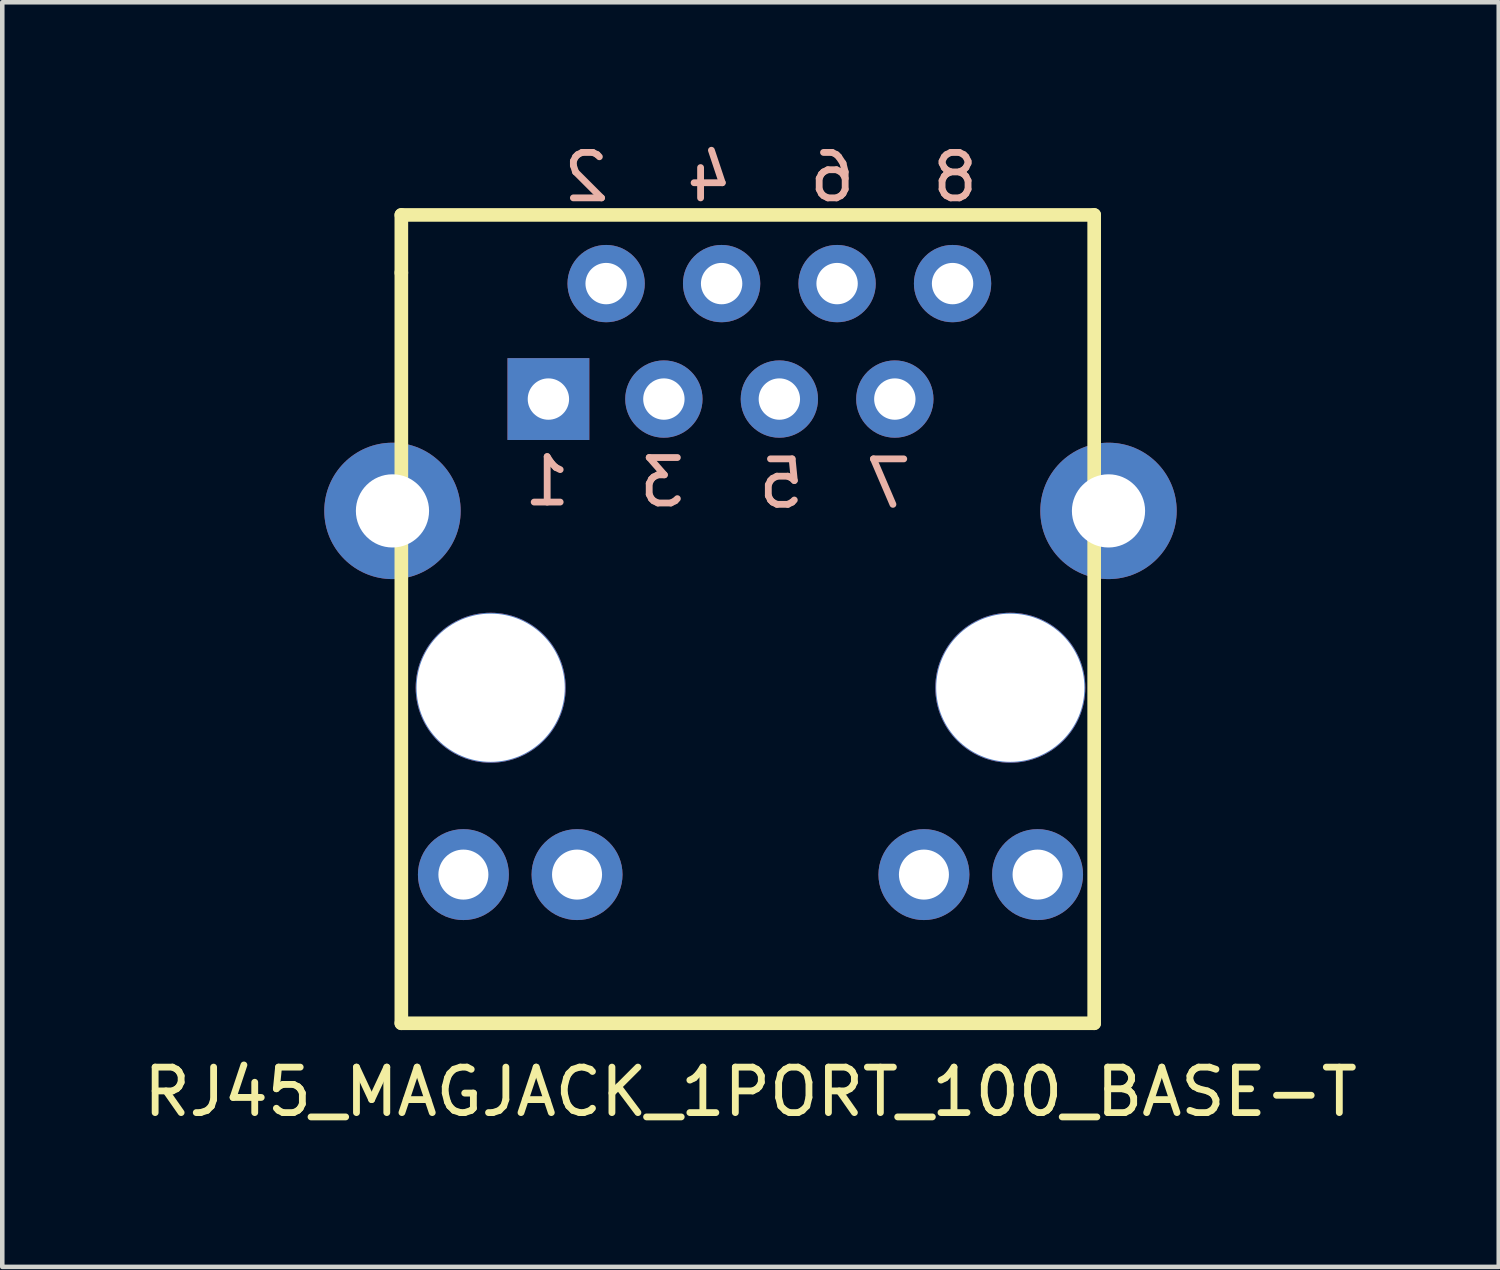
<source format=kicad_pcb>
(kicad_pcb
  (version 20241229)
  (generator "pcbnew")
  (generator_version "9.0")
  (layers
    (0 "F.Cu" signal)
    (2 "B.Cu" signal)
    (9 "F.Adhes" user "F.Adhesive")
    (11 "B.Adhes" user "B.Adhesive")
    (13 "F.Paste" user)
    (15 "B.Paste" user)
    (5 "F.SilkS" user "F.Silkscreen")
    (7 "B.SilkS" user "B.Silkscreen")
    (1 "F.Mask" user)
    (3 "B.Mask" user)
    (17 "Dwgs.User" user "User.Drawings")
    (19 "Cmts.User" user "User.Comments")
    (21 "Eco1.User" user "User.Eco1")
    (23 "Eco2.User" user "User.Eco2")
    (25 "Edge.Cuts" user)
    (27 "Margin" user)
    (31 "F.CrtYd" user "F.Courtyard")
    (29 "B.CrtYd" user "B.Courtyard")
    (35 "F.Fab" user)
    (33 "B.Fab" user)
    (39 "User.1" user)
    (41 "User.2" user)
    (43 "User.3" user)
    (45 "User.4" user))
  (footprint "RJ45_MAGJACK_1PORT_100_BASE-T‎‏"
    (layer "F.Cu")
    (at 13.458 12.078)
    (property "Reference" "RJ45_MAGJACK_1PORT_100_BASE-T‎‏" (at 0 8.89 0) (layer "F.SilkS") (effects (font (size 1 1) (thickness 0.15))))
    (attr through_hole)
    (fp_line (start -7.68 -10.4) (end -7.68 -9.13) (stroke (width 0.3) (type solid)) (layer "F.SilkS"))
    (fp_line (start -7.68 -9.13) (end -7.68 7.38) (stroke (width 0.3) (type solid)) (layer "F.SilkS"))
    (fp_line (start -7.68 7.38) (end 7.56 7.38) (stroke (width 0.3) (type solid)) (layer "F.SilkS"))
    (fp_line (start 7.56 -10.4) (end -7.68 -10.4) (stroke (width 0.3) (type solid)) (layer "F.SilkS"))
    (fp_line (start 7.56 7.38) (end 7.56 -10.4) (stroke (width 0.3) (type solid)) (layer "F.SilkS"))
    (fp_text user "7" (at 3.038 -4.489 0) (layer "B.SilkS") (effects (font (size 1 1) (thickness 0.15)) (justify mirror)))
    (fp_text user "6" (at 1.797 -11.23 0) (layer "B.SilkS") (effects (font (size 1 1) (thickness 0.15)) (justify mirror)))
    (fp_text user "5" (at 0.678 -4.489 0) (layer "B.SilkS") (effects (font (size 1 1) (thickness 0.15)) (justify mirror)))
    (fp_text user "2" (at -3.61 -11.23 0) (layer "B.SilkS") (effects (font (size 1 1) (thickness 0.15)) (justify mirror)))
    (fp_text user "8" (at 4.5 -11.23 0) (layer "B.SilkS") (effects (font (size 1 1) (thickness 0.15)) (justify mirror)))
    (fp_text user "3" (at -1.942 -4.519 0) (layer "B.SilkS") (effects (font (size 1 1) (thickness 0.15)) (justify mirror)))
    (fp_text user "4" (at -0.907 -11.23 0) (layer "B.SilkS") (effects (font (size 1 1) (thickness 0.15)) (justify mirror)))
    (fp_text user "1" (at -4.472 -4.539 0) (layer "B.SilkS") (effects (font (size 1 1) (thickness 0.15)) (justify mirror)))
    (pad "" thru_hole circle (at -7.875 -3.89) (size 3 3) (drill 1.61) (layers "*.Cu" "*.Mask"))
    (pad "" thru_hole circle (at -5.715 0) (size 3.3 3.3) (drill 3.26) (layers "*.Cu" "*.Mask"))
    (pad "" thru_hole circle (at 5.715 0) (size 3.3 3.3) (drill 3.26) (layers "*.Cu" "*.Mask"))
    (pad "" thru_hole circle (at 7.875 -3.89) (size 3 3) (drill 1.61) (layers "*.Cu" "*.Mask"))
    (pad "1" thru_hole rect (at -4.445 -6.35) (size 1.8 1.8) (drill 0.91) (layers "*.Cu" "*.Mask"))
    (pad "2" thru_hole circle (at -3.175 -8.89) (size 1.7 1.7) (drill 0.91) (layers "*.Cu" "*.Mask"))
    (pad "3" thru_hole circle (at -1.905 -6.35) (size 1.7 1.7) (drill 0.91) (layers "*.Cu" "*.Mask"))
    (pad "4" thru_hole circle (at -0.635 -8.89) (size 1.7 1.7) (drill 0.91) (layers "*.Cu" "*.Mask"))
    (pad "5" thru_hole circle (at 0.635 -6.35) (size 1.7 1.7) (drill 0.91) (layers "*.Cu" "*.Mask"))
    (pad "6" thru_hole circle (at 1.905 -8.89) (size 1.7 1.7) (drill 0.91) (layers "*.Cu" "*.Mask"))
    (pad "7" thru_hole circle (at 3.175 -6.35) (size 1.7 1.7) (drill 0.91) (layers "*.Cu" "*.Mask"))
    (pad "8" thru_hole circle (at 4.445 -8.89) (size 1.7 1.7) (drill 0.91) (layers "*.Cu" "*.Mask"))
    (pad "9" thru_hole circle (at -6.315 4.11) (size 2 2) (drill 1.1) (layers "*.Cu" "*.Mask"))
    (pad "10" thru_hole circle (at -3.815 4.11) (size 2 2) (drill 1.1) (layers "*.Cu" "*.Mask"))
    (pad "11" thru_hole circle (at 3.815 4.11) (size 2 2) (drill 1.1) (layers "*.Cu" "*.Mask"))
    (pad "12" thru_hole circle (at 6.315 4.11) (size 2 2) (drill 1.1) (layers "*.Cu" "*.Mask")))
  (gr_rect
    (start -3 -3)
    (end 29.917 24.817)
    (stroke (width 0.1) (type default))
    (fill no)
    (layer "Edge.Cuts")))
</source>
